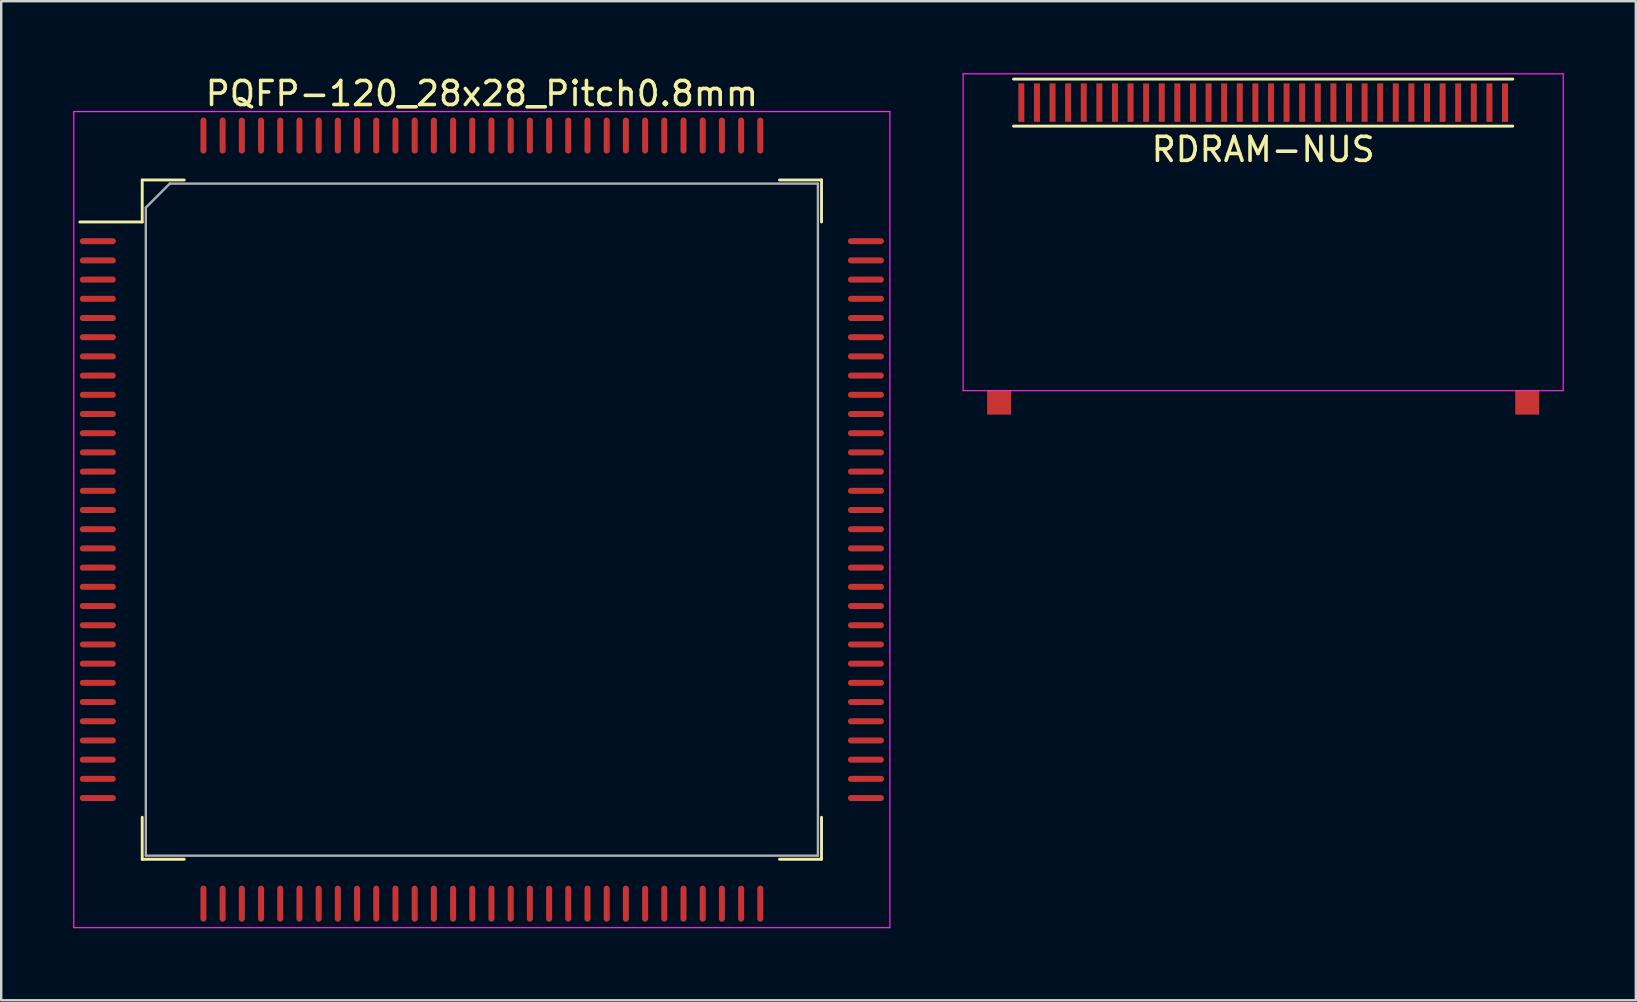
<source format=kicad_pcb>
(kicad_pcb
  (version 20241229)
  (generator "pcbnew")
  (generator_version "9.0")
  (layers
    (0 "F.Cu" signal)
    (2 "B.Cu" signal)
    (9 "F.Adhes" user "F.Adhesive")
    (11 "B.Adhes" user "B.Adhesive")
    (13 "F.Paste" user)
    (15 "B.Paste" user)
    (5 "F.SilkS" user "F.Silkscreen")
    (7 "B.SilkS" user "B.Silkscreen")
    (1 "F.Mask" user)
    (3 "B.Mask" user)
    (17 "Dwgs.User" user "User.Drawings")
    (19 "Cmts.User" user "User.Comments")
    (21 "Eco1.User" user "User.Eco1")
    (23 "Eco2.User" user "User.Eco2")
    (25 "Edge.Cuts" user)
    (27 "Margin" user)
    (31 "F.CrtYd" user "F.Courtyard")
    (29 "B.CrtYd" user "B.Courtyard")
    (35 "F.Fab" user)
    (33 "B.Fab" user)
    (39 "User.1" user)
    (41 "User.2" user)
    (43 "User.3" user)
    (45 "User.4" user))
  (footprint "RDRAM-NUS"
    (layer "F.Cu")
    (at 49.575 2.225)
    (property "Reference" "RDRAM-NUS" (at 0 0.95 0) (layer "F.SilkS") (effects (font (size 1 1) (thickness 0.15))))
    (attr smd)
    (fp_line (start -10.4 -1.98) (end 10.4 -1.98) (stroke (width 0.12) (type solid)) (layer "F.SilkS"))
    (fp_line (start -10.4 -0.02) (end 10.4 -0.02) (stroke (width 0.12) (type solid)) (layer "F.SilkS"))
    (fp_line (start -12.5 -2.2) (end -12.5 11) (stroke (width 0.05) (type solid)) (layer "F.CrtYd"))
    (fp_line (start -12.5 -2.2) (end 12.5 -2.2) (stroke (width 0.05) (type solid)) (layer "F.CrtYd"))
    (fp_line (start -12.5 11) (end 12.5 11) (stroke (width 0.05) (type solid)) (layer "F.CrtYd"))
    (fp_line (start 12.5 -2.2) (end 12.5 11) (stroke (width 0.05) (type solid)) (layer "F.CrtYd"))
    (pad "0" smd rect (at -11 11.5) (size 1 1) (layers "F.Cu" "F.Mask" "F.Paste"))
    (pad "0" smd rect (at 11 11.5) (size 1 1) (layers "F.Cu" "F.Mask" "F.Paste"))
    (pad "1" smd rect (at 10.075 -1) (size 0.25 1.6) (layers "F.Cu" "F.Mask" "F.Paste"))
    (pad "2" smd rect (at 9.425 -1) (size 0.25 1.6) (layers "F.Cu" "F.Mask" "F.Paste"))
    (pad "3" smd rect (at 8.775 -1) (size 0.25 1.6) (layers "F.Cu" "F.Mask" "F.Paste"))
    (pad "4" smd rect (at 8.125 -1) (size 0.25 1.6) (layers "F.Cu" "F.Mask" "F.Paste"))
    (pad "5" smd rect (at 7.475 -1) (size 0.25 1.6) (layers "F.Cu" "F.Mask" "F.Paste"))
    (pad "6" smd rect (at 6.825 -1) (size 0.25 1.6) (layers "F.Cu" "F.Mask" "F.Paste"))
    (pad "7" smd rect (at 6.175 -1) (size 0.25 1.6) (layers "F.Cu" "F.Mask" "F.Paste"))
    (pad "8" smd rect (at 5.525 -1) (size 0.25 1.6) (layers "F.Cu" "F.Mask" "F.Paste"))
    (pad "9" smd rect (at 4.875 -1) (size 0.25 1.6) (layers "F.Cu" "F.Mask" "F.Paste"))
    (pad "10" smd rect (at 4.225 -1) (size 0.25 1.6) (layers "F.Cu" "F.Mask" "F.Paste"))
    (pad "11" smd rect (at 3.575 -1) (size 0.25 1.6) (layers "F.Cu" "F.Mask" "F.Paste"))
    (pad "12" smd rect (at 2.925 -1) (size 0.25 1.6) (layers "F.Cu" "F.Mask" "F.Paste"))
    (pad "13" smd rect (at 2.275 -1) (size 0.25 1.6) (layers "F.Cu" "F.Mask" "F.Paste"))
    (pad "14" smd rect (at 1.625 -1) (size 0.25 1.6) (layers "F.Cu" "F.Mask" "F.Paste"))
    (pad "15" smd rect (at 0.975 -1) (size 0.25 1.6) (layers "F.Cu" "F.Mask" "F.Paste"))
    (pad "16" smd rect (at 0.325 -1) (size 0.25 1.6) (layers "F.Cu" "F.Mask" "F.Paste"))
    (pad "17" smd rect (at -0.325 -1) (size 0.25 1.6) (layers "F.Cu" "F.Mask" "F.Paste"))
    (pad "18" smd rect (at -0.975 -1) (size 0.25 1.6) (layers "F.Cu" "F.Mask" "F.Paste"))
    (pad "19" smd rect (at -1.625 -1) (size 0.25 1.6) (layers "F.Cu" "F.Mask" "F.Paste"))
    (pad "20" smd rect (at -2.275 -1) (size 0.25 1.6) (layers "F.Cu" "F.Mask" "F.Paste"))
    (pad "21" smd rect (at -2.925 -1) (size 0.25 1.6) (layers "F.Cu" "F.Mask" "F.Paste"))
    (pad "22" smd rect (at -3.575 -1) (size 0.25 1.6) (layers "F.Cu" "F.Mask" "F.Paste"))
    (pad "23" smd rect (at -4.225 -1) (size 0.25 1.6) (layers "F.Cu" "F.Mask" "F.Paste"))
    (pad "24" smd rect (at -4.875 -1) (size 0.25 1.6) (layers "F.Cu" "F.Mask" "F.Paste"))
    (pad "25" smd rect (at -5.525 -1) (size 0.25 1.6) (layers "F.Cu" "F.Mask" "F.Paste"))
    (pad "26" smd rect (at -6.175 -1) (size 0.25 1.6) (layers "F.Cu" "F.Mask" "F.Paste"))
    (pad "27" smd rect (at -6.825 -1) (size 0.25 1.6) (layers "F.Cu" "F.Mask" "F.Paste"))
    (pad "28" smd rect (at -7.475 -1) (size 0.25 1.6) (layers "F.Cu" "F.Mask" "F.Paste"))
    (pad "29" smd rect (at -8.125 -1) (size 0.25 1.6) (layers "F.Cu" "F.Mask" "F.Paste"))
    (pad "30" smd rect (at -8.775 -1) (size 0.25 1.6) (layers "F.Cu" "F.Mask" "F.Paste"))
    (pad "31" smd rect (at -9.425 -1) (size 0.25 1.6) (layers "F.Cu" "F.Mask" "F.Paste"))
    (pad "32" smd rect (at -10.075 -1) (size 0.25 1.6) (layers "F.Cu" "F.Mask" "F.Paste")))
  (footprint "PQFP-120_28x28_Pitch0.8mm"
    (layer "F.Cu")
    (at 17.025 18.598)
    (property "Reference" "PQFP-120_28x28_Pitch0.8mm" (at 0 -17.75 0) (layer "F.SilkS") (effects (font (size 1 1) (thickness 0.15))))
    (attr smd)
    (fp_line (start -14.15 -14.15) (end -14.15 -12.4) (stroke (width 0.12) (type solid)) (layer "F.SilkS"))
    (fp_line (start -14.15 -12.4) (end -16.75 -12.4) (stroke (width 0.12) (type solid)) (layer "F.SilkS"))
    (fp_line (start -14.15 14.15) (end -14.15 12.4) (stroke (width 0.12) (type solid)) (layer "F.SilkS"))
    (fp_line (start -12.4 -14.15) (end -14.15 -14.15) (stroke (width 0.12) (type solid)) (layer "F.SilkS"))
    (fp_line (start -12.4 14.15) (end -14.15 14.15) (stroke (width 0.12) (type solid)) (layer "F.SilkS"))
    (fp_line (start 12.4 -14.15) (end 14.15 -14.15) (stroke (width 0.12) (type solid)) (layer "F.SilkS"))
    (fp_line (start 12.4 14.15) (end 14.15 14.15) (stroke (width 0.12) (type solid)) (layer "F.SilkS"))
    (fp_line (start 14.15 -14.15) (end 14.15 -12.4) (stroke (width 0.12) (type solid)) (layer "F.SilkS"))
    (fp_line (start 14.15 14.15) (end 14.15 12.4) (stroke (width 0.12) (type solid)) (layer "F.SilkS"))
    (fp_line (start -17 -17) (end 17 -17) (stroke (width 0.05) (type solid)) (layer "F.CrtYd"))
    (fp_line (start -17 17) (end -17 -17) (stroke (width 0.05) (type solid)) (layer "F.CrtYd"))
    (fp_line (start 17 -17) (end 17 17) (stroke (width 0.05) (type solid)) (layer "F.CrtYd"))
    (fp_line (start 17 17) (end -17 17) (stroke (width 0.05) (type solid)) (layer "F.CrtYd"))
    (fp_line (start -14 -13) (end -14 14) (stroke (width 0.1) (type solid)) (layer "F.Fab"))
    (fp_line (start -14 14) (end 14 14) (stroke (width 0.1) (type solid)) (layer "F.Fab"))
    (fp_line (start -13 -14) (end -14 -13) (stroke (width 0.1) (type solid)) (layer "F.Fab"))
    (fp_line (start 14 -14) (end -13 -14) (stroke (width 0.1) (type solid)) (layer "F.Fab"))
    (fp_line (start 14 14) (end 14 -14) (stroke (width 0.1) (type solid)) (layer "F.Fab"))
    (pad "1" smd oval (at -16 -11.6 90) (size 0.25 1.5) (layers "F.Cu" "F.Mask" "F.Paste"))
    (pad "2" smd oval (at -16 -10.8 90) (size 0.25 1.5) (layers "F.Cu" "F.Mask" "F.Paste"))
    (pad "3" smd oval (at -16 -10 90) (size 0.25 1.5) (layers "F.Cu" "F.Mask" "F.Paste"))
    (pad "4" smd oval (at -16 -9.2 90) (size 0.25 1.5) (layers "F.Cu" "F.Mask" "F.Paste"))
    (pad "5" smd oval (at -16 -8.4 90) (size 0.25 1.5) (layers "F.Cu" "F.Mask" "F.Paste"))
    (pad "6" smd oval (at -16 -7.6 90) (size 0.25 1.5) (layers "F.Cu" "F.Mask" "F.Paste"))
    (pad "7" smd oval (at -16 -6.8 90) (size 0.25 1.5) (layers "F.Cu" "F.Mask" "F.Paste"))
    (pad "8" smd oval (at -16 -6 90) (size 0.25 1.5) (layers "F.Cu" "F.Mask" "F.Paste"))
    (pad "9" smd oval (at -16 -5.2 90) (size 0.25 1.5) (layers "F.Cu" "F.Mask" "F.Paste"))
    (pad "10" smd oval (at -16 -4.4 90) (size 0.25 1.5) (layers "F.Cu" "F.Mask" "F.Paste"))
    (pad "11" smd oval (at -16 -3.6 90) (size 0.25 1.5) (layers "F.Cu" "F.Mask" "F.Paste"))
    (pad "12" smd oval (at -16 -2.8 90) (size 0.25 1.5) (layers "F.Cu" "F.Mask" "F.Paste"))
    (pad "13" smd oval (at -16 -2 90) (size 0.25 1.5) (layers "F.Cu" "F.Mask" "F.Paste"))
    (pad "14" smd oval (at -16 -1.2 90) (size 0.25 1.5) (layers "F.Cu" "F.Mask" "F.Paste"))
    (pad "15" smd oval (at -16 -0.4 90) (size 0.25 1.5) (layers "F.Cu" "F.Mask" "F.Paste"))
    (pad "16" smd oval (at -16 0.4 90) (size 0.25 1.5) (layers "F.Cu" "F.Mask" "F.Paste"))
    (pad "17" smd oval (at -16 1.2 90) (size 0.25 1.5) (layers "F.Cu" "F.Mask" "F.Paste"))
    (pad "18" smd oval (at -16 2 90) (size 0.25 1.5) (layers "F.Cu" "F.Mask" "F.Paste"))
    (pad "19" smd oval (at -16 2.8 90) (size 0.25 1.5) (layers "F.Cu" "F.Mask" "F.Paste"))
    (pad "20" smd oval (at -16 3.6 90) (size 0.25 1.5) (layers "F.Cu" "F.Mask" "F.Paste"))
    (pad "21" smd oval (at -16 4.4 90) (size 0.25 1.5) (layers "F.Cu" "F.Mask" "F.Paste"))
    (pad "22" smd oval (at -16 5.2 90) (size 0.25 1.5) (layers "F.Cu" "F.Mask" "F.Paste"))
    (pad "23" smd oval (at -16 6 90) (size 0.25 1.5) (layers "F.Cu" "F.Mask" "F.Paste"))
    (pad "24" smd oval (at -16 6.8 90) (size 0.25 1.5) (layers "F.Cu" "F.Mask" "F.Paste"))
    (pad "25" smd oval (at -16 7.6 90) (size 0.25 1.5) (layers "F.Cu" "F.Mask" "F.Paste"))
    (pad "26" smd oval (at -16 8.4 90) (size 0.25 1.5) (layers "F.Cu" "F.Mask" "F.Paste"))
    (pad "27" smd oval (at -16 9.2 90) (size 0.25 1.5) (layers "F.Cu" "F.Mask" "F.Paste"))
    (pad "28" smd oval (at -16 10 90) (size 0.25 1.5) (layers "F.Cu" "F.Mask" "F.Paste"))
    (pad "29" smd oval (at -16 10.8 90) (size 0.25 1.5) (layers "F.Cu" "F.Mask" "F.Paste"))
    (pad "30" smd oval (at -16 11.6 90) (size 0.25 1.5) (layers "F.Cu" "F.Mask" "F.Paste"))
    (pad "31" smd oval (at -11.6 16) (size 0.25 1.5) (layers "F.Cu" "F.Mask" "F.Paste"))
    (pad "32" smd oval (at -10.8 16) (size 0.25 1.5) (layers "F.Cu" "F.Mask" "F.Paste"))
    (pad "33" smd oval (at -10 16) (size 0.25 1.5) (layers "F.Cu" "F.Mask" "F.Paste"))
    (pad "34" smd oval (at -9.2 16) (size 0.25 1.5) (layers "F.Cu" "F.Mask" "F.Paste"))
    (pad "35" smd oval (at -8.4 16) (size 0.25 1.5) (layers "F.Cu" "F.Mask" "F.Paste"))
    (pad "36" smd oval (at -7.6 16) (size 0.25 1.5) (layers "F.Cu" "F.Mask" "F.Paste"))
    (pad "37" smd oval (at -6.8 16) (size 0.25 1.5) (layers "F.Cu" "F.Mask" "F.Paste"))
    (pad "38" smd oval (at -6 16) (size 0.25 1.5) (layers "F.Cu" "F.Mask" "F.Paste"))
    (pad "39" smd oval (at -5.2 16) (size 0.25 1.5) (layers "F.Cu" "F.Mask" "F.Paste"))
    (pad "40" smd oval (at -4.4 16) (size 0.25 1.5) (layers "F.Cu" "F.Mask" "F.Paste"))
    (pad "41" smd oval (at -3.6 16) (size 0.25 1.5) (layers "F.Cu" "F.Mask" "F.Paste"))
    (pad "42" smd oval (at -2.8 16) (size 0.25 1.5) (layers "F.Cu" "F.Mask" "F.Paste"))
    (pad "43" smd oval (at -2 16) (size 0.25 1.5) (layers "F.Cu" "F.Mask" "F.Paste"))
    (pad "44" smd oval (at -1.2 16) (size 0.25 1.5) (layers "F.Cu" "F.Mask" "F.Paste"))
    (pad "45" smd oval (at -0.4 16) (size 0.25 1.5) (layers "F.Cu" "F.Mask" "F.Paste"))
    (pad "46" smd oval (at 0.4 16) (size 0.25 1.5) (layers "F.Cu" "F.Mask" "F.Paste"))
    (pad "47" smd oval (at 1.2 16) (size 0.25 1.5) (layers "F.Cu" "F.Mask" "F.Paste"))
    (pad "48" smd oval (at 2 16) (size 0.25 1.5) (layers "F.Cu" "F.Mask" "F.Paste"))
    (pad "49" smd oval (at 2.8 16) (size 0.25 1.5) (layers "F.Cu" "F.Mask" "F.Paste"))
    (pad "50" smd oval (at 3.6 16) (size 0.25 1.5) (layers "F.Cu" "F.Mask" "F.Paste"))
    (pad "51" smd oval (at 4.4 16) (size 0.25 1.5) (layers "F.Cu" "F.Mask" "F.Paste"))
    (pad "52" smd oval (at 5.2 16) (size 0.25 1.5) (layers "F.Cu" "F.Mask" "F.Paste"))
    (pad "53" smd oval (at 6 16) (size 0.25 1.5) (layers "F.Cu" "F.Mask" "F.Paste"))
    (pad "54" smd oval (at 6.8 16) (size 0.25 1.5) (layers "F.Cu" "F.Mask" "F.Paste"))
    (pad "55" smd oval (at 7.6 16) (size 0.25 1.5) (layers "F.Cu" "F.Mask" "F.Paste"))
    (pad "56" smd oval (at 8.4 16) (size 0.25 1.5) (layers "F.Cu" "F.Mask" "F.Paste"))
    (pad "57" smd oval (at 9.2 16) (size 0.25 1.5) (layers "F.Cu" "F.Mask" "F.Paste"))
    (pad "58" smd oval (at 10 16) (size 0.25 1.5) (layers "F.Cu" "F.Mask" "F.Paste"))
    (pad "59" smd oval (at 10.8 16) (size 0.25 1.5) (layers "F.Cu" "F.Mask" "F.Paste"))
    (pad "60" smd oval (at 11.6 16) (size 0.25 1.5) (layers "F.Cu" "F.Mask" "F.Paste"))
    (pad "61" smd oval (at 16 11.6 90) (size 0.25 1.5) (layers "F.Cu" "F.Mask" "F.Paste"))
    (pad "62" smd oval (at 16 10.8 90) (size 0.25 1.5) (layers "F.Cu" "F.Mask" "F.Paste"))
    (pad "63" smd oval (at 16 10 90) (size 0.25 1.5) (layers "F.Cu" "F.Mask" "F.Paste"))
    (pad "64" smd oval (at 16 9.2 90) (size 0.25 1.5) (layers "F.Cu" "F.Mask" "F.Paste"))
    (pad "65" smd oval (at 16 8.4 90) (size 0.25 1.5) (layers "F.Cu" "F.Mask" "F.Paste"))
    (pad "66" smd oval (at 16 7.6 90) (size 0.25 1.5) (layers "F.Cu" "F.Mask" "F.Paste"))
    (pad "67" smd oval (at 16 6.8 90) (size 0.25 1.5) (layers "F.Cu" "F.Mask" "F.Paste"))
    (pad "68" smd oval (at 16 6 90) (size 0.25 1.5) (layers "F.Cu" "F.Mask" "F.Paste"))
    (pad "69" smd oval (at 16 5.2 90) (size 0.25 1.5) (layers "F.Cu" "F.Mask" "F.Paste"))
    (pad "70" smd oval (at 16 4.4 90) (size 0.25 1.5) (layers "F.Cu" "F.Mask" "F.Paste"))
    (pad "71" smd oval (at 16 3.6 90) (size 0.25 1.5) (layers "F.Cu" "F.Mask" "F.Paste"))
    (pad "72" smd oval (at 16 2.8 90) (size 0.25 1.5) (layers "F.Cu" "F.Mask" "F.Paste"))
    (pad "73" smd oval (at 16 2 90) (size 0.25 1.5) (layers "F.Cu" "F.Mask" "F.Paste"))
    (pad "74" smd oval (at 16 1.2 90) (size 0.25 1.5) (layers "F.Cu" "F.Mask" "F.Paste"))
    (pad "75" smd oval (at 16 0.4 90) (size 0.25 1.5) (layers "F.Cu" "F.Mask" "F.Paste"))
    (pad "76" smd oval (at 16 -0.4 90) (size 0.25 1.5) (layers "F.Cu" "F.Mask" "F.Paste"))
    (pad "77" smd oval (at 16 -1.2 90) (size 0.25 1.5) (layers "F.Cu" "F.Mask" "F.Paste"))
    (pad "78" smd oval (at 16 -2 90) (size 0.25 1.5) (layers "F.Cu" "F.Mask" "F.Paste"))
    (pad "79" smd oval (at 16 -2.8 90) (size 0.25 1.5) (layers "F.Cu" "F.Mask" "F.Paste"))
    (pad "80" smd oval (at 16 -3.6 90) (size 0.25 1.5) (layers "F.Cu" "F.Mask" "F.Paste"))
    (pad "81" smd oval (at 16 -4.4 90) (size 0.25 1.5) (layers "F.Cu" "F.Mask" "F.Paste"))
    (pad "82" smd oval (at 16 -5.2 90) (size 0.25 1.5) (layers "F.Cu" "F.Mask" "F.Paste"))
    (pad "83" smd oval (at 16 -6 90) (size 0.25 1.5) (layers "F.Cu" "F.Mask" "F.Paste"))
    (pad "84" smd oval (at 16 -6.8 90) (size 0.25 1.5) (layers "F.Cu" "F.Mask" "F.Paste"))
    (pad "85" smd oval (at 16 -7.6 90) (size 0.25 1.5) (layers "F.Cu" "F.Mask" "F.Paste"))
    (pad "86" smd oval (at 16 -8.4 90) (size 0.25 1.5) (layers "F.Cu" "F.Mask" "F.Paste"))
    (pad "87" smd oval (at 16 -9.2 90) (size 0.25 1.5) (layers "F.Cu" "F.Mask" "F.Paste"))
    (pad "88" smd oval (at 16 -10 90) (size 0.25 1.5) (layers "F.Cu" "F.Mask" "F.Paste"))
    (pad "89" smd oval (at 16 -10.8 90) (size 0.25 1.5) (layers "F.Cu" "F.Mask" "F.Paste"))
    (pad "90" smd oval (at 16 -11.6 90) (size 0.25 1.5) (layers "F.Cu" "F.Mask" "F.Paste"))
    (pad "91" smd oval (at 11.6 -16) (size 0.25 1.5) (layers "F.Cu" "F.Mask" "F.Paste"))
    (pad "92" smd oval (at 10.8 -16) (size 0.25 1.5) (layers "F.Cu" "F.Mask" "F.Paste"))
    (pad "93" smd oval (at 10 -16) (size 0.25 1.5) (layers "F.Cu" "F.Mask" "F.Paste"))
    (pad "94" smd oval (at 9.2 -16) (size 0.25 1.5) (layers "F.Cu" "F.Mask" "F.Paste"))
    (pad "95" smd oval (at 8.4 -16) (size 0.25 1.5) (layers "F.Cu" "F.Mask" "F.Paste"))
    (pad "96" smd oval (at 7.6 -16) (size 0.25 1.5) (layers "F.Cu" "F.Mask" "F.Paste"))
    (pad "97" smd oval (at 6.8 -16) (size 0.25 1.5) (layers "F.Cu" "F.Mask" "F.Paste"))
    (pad "98" smd oval (at 6 -16) (size 0.25 1.5) (layers "F.Cu" "F.Mask" "F.Paste"))
    (pad "99" smd oval (at 5.2 -16) (size 0.25 1.5) (layers "F.Cu" "F.Mask" "F.Paste"))
    (pad "100" smd oval (at 4.4 -16) (size 0.25 1.5) (layers "F.Cu" "F.Mask" "F.Paste"))
    (pad "101" smd oval (at 3.6 -16) (size 0.25 1.5) (layers "F.Cu" "F.Mask" "F.Paste"))
    (pad "102" smd oval (at 2.8 -16) (size 0.25 1.5) (layers "F.Cu" "F.Mask" "F.Paste"))
    (pad "103" smd oval (at 2 -16) (size 0.25 1.5) (layers "F.Cu" "F.Mask" "F.Paste"))
    (pad "104" smd oval (at 1.2 -16) (size 0.25 1.5) (layers "F.Cu" "F.Mask" "F.Paste"))
    (pad "105" smd oval (at 0.4 -16) (size 0.25 1.5) (layers "F.Cu" "F.Mask" "F.Paste"))
    (pad "106" smd oval (at -0.4 -16) (size 0.25 1.5) (layers "F.Cu" "F.Mask" "F.Paste"))
    (pad "107" smd oval (at -1.2 -16) (size 0.25 1.5) (layers "F.Cu" "F.Mask" "F.Paste"))
    (pad "108" smd oval (at -2 -16) (size 0.25 1.5) (layers "F.Cu" "F.Mask" "F.Paste"))
    (pad "109" smd oval (at -2.8 -16) (size 0.25 1.5) (layers "F.Cu" "F.Mask" "F.Paste"))
    (pad "110" smd oval (at -3.6 -16) (size 0.25 1.5) (layers "F.Cu" "F.Mask" "F.Paste"))
    (pad "111" smd oval (at -4.4 -16) (size 0.25 1.5) (layers "F.Cu" "F.Mask" "F.Paste"))
    (pad "112" smd oval (at -5.2 -16) (size 0.25 1.5) (layers "F.Cu" "F.Mask" "F.Paste"))
    (pad "113" smd oval (at -6 -16) (size 0.25 1.5) (layers "F.Cu" "F.Mask" "F.Paste"))
    (pad "114" smd oval (at -6.8 -16) (size 0.25 1.5) (layers "F.Cu" "F.Mask" "F.Paste"))
    (pad "115" smd oval (at -7.6 -16) (size 0.25 1.5) (layers "F.Cu" "F.Mask" "F.Paste"))
    (pad "116" smd oval (at -8.4 -16) (size 0.25 1.5) (layers "F.Cu" "F.Mask" "F.Paste"))
    (pad "117" smd oval (at -9.2 -16) (size 0.25 1.5) (layers "F.Cu" "F.Mask" "F.Paste"))
    (pad "118" smd oval (at -10 -16) (size 0.25 1.5) (layers "F.Cu" "F.Mask" "F.Paste"))
    (pad "119" smd oval (at -10.8 -16) (size 0.25 1.5) (layers "F.Cu" "F.Mask" "F.Paste"))
    (pad "120" smd oval (at -11.6 -16) (size 0.25 1.5) (layers "F.Cu" "F.Mask" "F.Paste")))
  (gr_rect
    (start -3 -3)
    (end 65.1 38.623)
    (stroke (width 0.1) (type default))
    (fill no)
    (layer "Edge.Cuts")))
</source>
